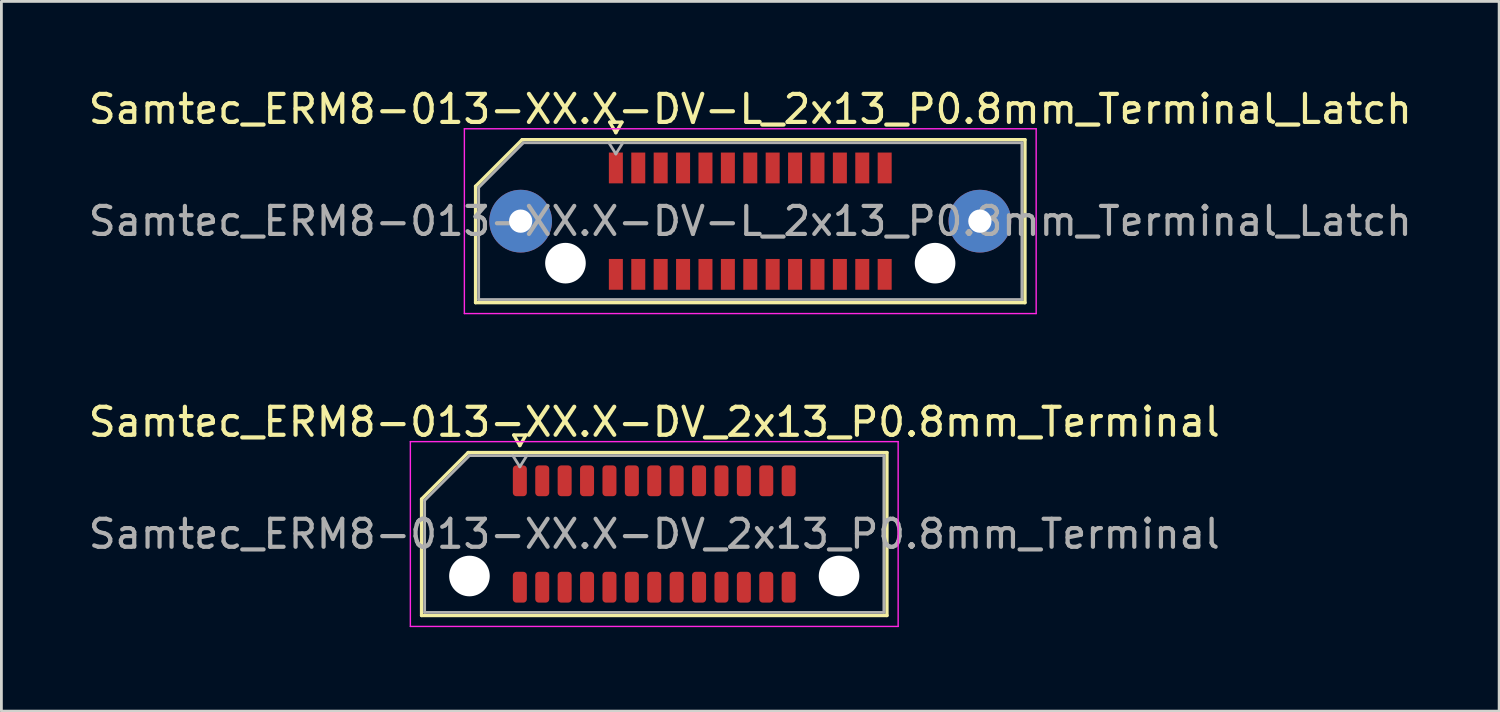
<source format=kicad_pcb>
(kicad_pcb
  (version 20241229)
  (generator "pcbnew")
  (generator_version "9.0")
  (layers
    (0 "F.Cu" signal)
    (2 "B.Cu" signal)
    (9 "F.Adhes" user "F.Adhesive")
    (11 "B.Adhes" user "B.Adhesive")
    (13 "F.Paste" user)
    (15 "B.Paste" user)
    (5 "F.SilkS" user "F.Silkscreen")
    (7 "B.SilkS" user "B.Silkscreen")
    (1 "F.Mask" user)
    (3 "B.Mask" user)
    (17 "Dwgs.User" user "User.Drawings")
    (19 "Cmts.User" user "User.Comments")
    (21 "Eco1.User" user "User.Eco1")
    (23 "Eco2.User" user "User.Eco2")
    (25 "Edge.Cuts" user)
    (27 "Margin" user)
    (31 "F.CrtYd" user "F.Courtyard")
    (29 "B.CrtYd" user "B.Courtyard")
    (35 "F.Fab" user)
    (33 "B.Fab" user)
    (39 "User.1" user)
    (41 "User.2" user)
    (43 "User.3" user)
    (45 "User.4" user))
  (footprint "Samtec_ERM8-013-XX.X-DV_2x13_P0.8mm_Terminal"
    (layer "F.Cu")
    (at 20.315 16.021)
    (property "Reference" "Samtec_ERM8-013-XX.X-DV_2x13_P0.8mm_Terminal" (at 0 -4 0) (layer "F.SilkS") (effects (font (size 1 1) (thickness 0.15))))
    (attr smd)
    (fp_line (start -8.31 -1.246) (end -6.646 -2.91) (stroke (width 0.12) (type solid)) (layer "F.SilkS"))
    (fp_line (start -8.31 2.91) (end -8.31 -1.246) (stroke (width 0.12) (type solid)) (layer "F.SilkS"))
    (fp_line (start -6.646 -2.91) (end 8.31 -2.91) (stroke (width 0.12) (type solid)) (layer "F.SilkS"))
    (fp_line (start -5.017 -3.535) (end -4.8 -3.16) (stroke (width 0.12) (type solid)) (layer "F.SilkS"))
    (fp_line (start -4.8 -3.16) (end -4.583 -3.535) (stroke (width 0.12) (type solid)) (layer "F.SilkS"))
    (fp_line (start -4.583 -3.535) (end -5.017 -3.535) (stroke (width 0.12) (type solid)) (layer "F.SilkS"))
    (fp_line (start 8.31 -2.91) (end 8.31 2.91) (stroke (width 0.12) (type solid)) (layer "F.SilkS"))
    (fp_line (start 8.31 2.91) (end -8.31 2.91) (stroke (width 0.12) (type solid)) (layer "F.SilkS"))
    (fp_line (start -8.71 -3.3) (end -8.71 3.3) (stroke (width 0.05) (type solid)) (layer "F.CrtYd"))
    (fp_line (start -8.71 3.3) (end 8.71 3.3) (stroke (width 0.05) (type solid)) (layer "F.CrtYd"))
    (fp_line (start 8.71 -3.3) (end -8.71 -3.3) (stroke (width 0.05) (type solid)) (layer "F.CrtYd"))
    (fp_line (start 8.71 3.3) (end 8.71 -3.3) (stroke (width 0.05) (type solid)) (layer "F.CrtYd"))
    (fp_line (start -8.2 -1.2) (end -6.6 -2.8) (stroke (width 0.1) (type solid)) (layer "F.Fab"))
    (fp_line (start -8.2 2.8) (end -8.2 -1.2) (stroke (width 0.1) (type solid)) (layer "F.Fab"))
    (fp_line (start -6.6 -2.8) (end 8.2 -2.8) (stroke (width 0.1) (type solid)) (layer "F.Fab"))
    (fp_line (start -4.8 -2.4) (end -5.05 -2.8) (stroke (width 0.1) (type solid)) (layer "F.Fab"))
    (fp_line (start -4.8 -2.4) (end -4.55 -2.8) (stroke (width 0.1) (type solid)) (layer "F.Fab"))
    (fp_line (start 8.2 -2.8) (end 8.2 2.8) (stroke (width 0.1) (type solid)) (layer "F.Fab"))
    (fp_line (start 8.2 2.8) (end -8.2 2.8) (stroke (width 0.1) (type solid)) (layer "F.Fab"))
    (fp_text user "${REFERENCE}" (at 0 0 0) (layer "F.Fab") (effects (font (size 1 1) (thickness 0.15))))
    (pad "" np_thru_hole circle (at -6.6 1.5) (size 1.45 1.45) (drill 1.45) (layers "*.Cu" "*.Mask"))
    (pad "" np_thru_hole circle (at 6.6 1.5) (size 1.45 1.45) (drill 1.45) (layers "*.Cu" "*.Mask"))
    (pad "1" smd roundrect (at -4.8 -1.9) (size 0.5 1.1) (layers "F.Cu" "F.Mask" "F.Paste") (roundrect_rratio 0.25))
    (pad "2" smd roundrect (at -4.8 1.9) (size 0.5 1.1) (layers "F.Cu" "F.Mask" "F.Paste") (roundrect_rratio 0.25))
    (pad "3" smd roundrect (at -4 -1.9) (size 0.5 1.1) (layers "F.Cu" "F.Mask" "F.Paste") (roundrect_rratio 0.25))
    (pad "4" smd roundrect (at -4 1.9) (size 0.5 1.1) (layers "F.Cu" "F.Mask" "F.Paste") (roundrect_rratio 0.25))
    (pad "5" smd roundrect (at -3.2 -1.9) (size 0.5 1.1) (layers "F.Cu" "F.Mask" "F.Paste") (roundrect_rratio 0.25))
    (pad "6" smd roundrect (at -3.2 1.9) (size 0.5 1.1) (layers "F.Cu" "F.Mask" "F.Paste") (roundrect_rratio 0.25))
    (pad "7" smd roundrect (at -2.4 -1.9) (size 0.5 1.1) (layers "F.Cu" "F.Mask" "F.Paste") (roundrect_rratio 0.25))
    (pad "8" smd roundrect (at -2.4 1.9) (size 0.5 1.1) (layers "F.Cu" "F.Mask" "F.Paste") (roundrect_rratio 0.25))
    (pad "9" smd roundrect (at -1.6 -1.9) (size 0.5 1.1) (layers "F.Cu" "F.Mask" "F.Paste") (roundrect_rratio 0.25))
    (pad "10" smd roundrect (at -1.6 1.9) (size 0.5 1.1) (layers "F.Cu" "F.Mask" "F.Paste") (roundrect_rratio 0.25))
    (pad "11" smd roundrect (at -0.8 -1.9) (size 0.5 1.1) (layers "F.Cu" "F.Mask" "F.Paste") (roundrect_rratio 0.25))
    (pad "12" smd roundrect (at -0.8 1.9) (size 0.5 1.1) (layers "F.Cu" "F.Mask" "F.Paste") (roundrect_rratio 0.25))
    (pad "13" smd roundrect (at 0 -1.9) (size 0.5 1.1) (layers "F.Cu" "F.Mask" "F.Paste") (roundrect_rratio 0.25))
    (pad "14" smd roundrect (at 0 1.9) (size 0.5 1.1) (layers "F.Cu" "F.Mask" "F.Paste") (roundrect_rratio 0.25))
    (pad "15" smd roundrect (at 0.8 -1.9) (size 0.5 1.1) (layers "F.Cu" "F.Mask" "F.Paste") (roundrect_rratio 0.25))
    (pad "16" smd roundrect (at 0.8 1.9) (size 0.5 1.1) (layers "F.Cu" "F.Mask" "F.Paste") (roundrect_rratio 0.25))
    (pad "17" smd roundrect (at 1.6 -1.9) (size 0.5 1.1) (layers "F.Cu" "F.Mask" "F.Paste") (roundrect_rratio 0.25))
    (pad "18" smd roundrect (at 1.6 1.9) (size 0.5 1.1) (layers "F.Cu" "F.Mask" "F.Paste") (roundrect_rratio 0.25))
    (pad "19" smd roundrect (at 2.4 -1.9) (size 0.5 1.1) (layers "F.Cu" "F.Mask" "F.Paste") (roundrect_rratio 0.25))
    (pad "20" smd roundrect (at 2.4 1.9) (size 0.5 1.1) (layers "F.Cu" "F.Mask" "F.Paste") (roundrect_rratio 0.25))
    (pad "21" smd roundrect (at 3.2 -1.9) (size 0.5 1.1) (layers "F.Cu" "F.Mask" "F.Paste") (roundrect_rratio 0.25))
    (pad "22" smd roundrect (at 3.2 1.9) (size 0.5 1.1) (layers "F.Cu" "F.Mask" "F.Paste") (roundrect_rratio 0.25))
    (pad "23" smd roundrect (at 4 -1.9) (size 0.5 1.1) (layers "F.Cu" "F.Mask" "F.Paste") (roundrect_rratio 0.25))
    (pad "24" smd roundrect (at 4 1.9) (size 0.5 1.1) (layers "F.Cu" "F.Mask" "F.Paste") (roundrect_rratio 0.25))
    (pad "25" smd roundrect (at 4.8 -1.9) (size 0.5 1.1) (layers "F.Cu" "F.Mask" "F.Paste") (roundrect_rratio 0.25))
    (pad "26" smd roundrect (at 4.8 1.9) (size 0.5 1.1) (layers "F.Cu" "F.Mask" "F.Paste") (roundrect_rratio 0.25)))
  (footprint "Samtec_ERM8-013-XX.X-DV-L_2x13_P0.8mm_Terminal_Latch"
    (layer "F.Cu")
    (at 23.744 4.848)
    (property "Reference" "Samtec_ERM8-013-XX.X-DV-L_2x13_P0.8mm_Terminal_Latch" (at 0 -4 0) (layer "F.SilkS") (effects (font (size 1 1) (thickness 0.15))))
    (attr smd)
    (fp_line (start -9.81 -1.246) (end -8.146 -2.91) (stroke (width 0.12) (type solid)) (layer "F.SilkS"))
    (fp_line (start -9.81 2.91) (end -9.81 -1.246) (stroke (width 0.12) (type solid)) (layer "F.SilkS"))
    (fp_line (start -8.146 -2.91) (end 9.81 -2.91) (stroke (width 0.12) (type solid)) (layer "F.SilkS"))
    (fp_line (start -5.017 -3.535) (end -4.8 -3.16) (stroke (width 0.12) (type solid)) (layer "F.SilkS"))
    (fp_line (start -4.8 -3.16) (end -4.583 -3.535) (stroke (width 0.12) (type solid)) (layer "F.SilkS"))
    (fp_line (start -4.583 -3.535) (end -5.017 -3.535) (stroke (width 0.12) (type solid)) (layer "F.SilkS"))
    (fp_line (start 9.81 -2.91) (end 9.81 2.91) (stroke (width 0.12) (type solid)) (layer "F.SilkS"))
    (fp_line (start 9.81 2.91) (end -9.81 2.91) (stroke (width 0.12) (type solid)) (layer "F.SilkS"))
    (fp_line (start -10.21 -3.3) (end -10.21 3.3) (stroke (width 0.05) (type solid)) (layer "F.CrtYd"))
    (fp_line (start -10.21 3.3) (end 10.21 3.3) (stroke (width 0.05) (type solid)) (layer "F.CrtYd"))
    (fp_line (start 10.21 -3.3) (end -10.21 -3.3) (stroke (width 0.05) (type solid)) (layer "F.CrtYd"))
    (fp_line (start 10.21 3.3) (end 10.21 -3.3) (stroke (width 0.05) (type solid)) (layer "F.CrtYd"))
    (fp_line (start -9.7 -1.2) (end -8.1 -2.8) (stroke (width 0.1) (type solid)) (layer "F.Fab"))
    (fp_line (start -9.7 2.8) (end -9.7 -1.2) (stroke (width 0.1) (type solid)) (layer "F.Fab"))
    (fp_line (start -8.1 -2.8) (end 9.7 -2.8) (stroke (width 0.1) (type solid)) (layer "F.Fab"))
    (fp_line (start -4.8 -2.4) (end -5.05 -2.8) (stroke (width 0.1) (type solid)) (layer "F.Fab"))
    (fp_line (start -4.8 -2.4) (end -4.55 -2.8) (stroke (width 0.1) (type solid)) (layer "F.Fab"))
    (fp_line (start 9.7 -2.8) (end 9.7 2.8) (stroke (width 0.1) (type solid)) (layer "F.Fab"))
    (fp_line (start 9.7 2.8) (end -9.7 2.8) (stroke (width 0.1) (type solid)) (layer "F.Fab"))
    (fp_text user "${REFERENCE}" (at 0 0 0) (layer "F.Fab") (effects (font (size 1 1) (thickness 0.15))))
    (pad "" thru_hole circle (at -8.2 0) (size 2.24 2.24) (drill 0.83) (layers "*.Cu" "*.Mask" "F.Paste"))
    (pad "" np_thru_hole circle (at -6.6 1.5) (size 1.45 1.45) (drill 1.45) (layers "*.Cu" "*.Mask"))
    (pad "" np_thru_hole circle (at 6.6 1.5) (size 1.45 1.45) (drill 1.45) (layers "*.Cu" "*.Mask"))
    (pad "" thru_hole circle (at 8.2 0) (size 2.24 2.24) (drill 0.83) (layers "*.Cu" "*.Mask" "F.Paste"))
    (pad "1" smd rect (at -4.8 -1.9) (size 0.5 1.1) (layers "F.Cu" "F.Mask" "F.Paste"))
    (pad "2" smd rect (at -4.8 1.9) (size 0.5 1.1) (layers "F.Cu" "F.Mask" "F.Paste"))
    (pad "3" smd rect (at -4 -1.9) (size 0.5 1.1) (layers "F.Cu" "F.Mask" "F.Paste"))
    (pad "4" smd rect (at -4 1.9) (size 0.5 1.1) (layers "F.Cu" "F.Mask" "F.Paste"))
    (pad "5" smd rect (at -3.2 -1.9) (size 0.5 1.1) (layers "F.Cu" "F.Mask" "F.Paste"))
    (pad "6" smd rect (at -3.2 1.9) (size 0.5 1.1) (layers "F.Cu" "F.Mask" "F.Paste"))
    (pad "7" smd rect (at -2.4 -1.9) (size 0.5 1.1) (layers "F.Cu" "F.Mask" "F.Paste"))
    (pad "8" smd rect (at -2.4 1.9) (size 0.5 1.1) (layers "F.Cu" "F.Mask" "F.Paste"))
    (pad "9" smd rect (at -1.6 -1.9) (size 0.5 1.1) (layers "F.Cu" "F.Mask" "F.Paste"))
    (pad "10" smd rect (at -1.6 1.9) (size 0.5 1.1) (layers "F.Cu" "F.Mask" "F.Paste"))
    (pad "11" smd rect (at -0.8 -1.9) (size 0.5 1.1) (layers "F.Cu" "F.Mask" "F.Paste"))
    (pad "12" smd rect (at -0.8 1.9) (size 0.5 1.1) (layers "F.Cu" "F.Mask" "F.Paste"))
    (pad "13" smd rect (at 0 -1.9) (size 0.5 1.1) (layers "F.Cu" "F.Mask" "F.Paste"))
    (pad "14" smd rect (at 0 1.9) (size 0.5 1.1) (layers "F.Cu" "F.Mask" "F.Paste"))
    (pad "15" smd rect (at 0.8 -1.9) (size 0.5 1.1) (layers "F.Cu" "F.Mask" "F.Paste"))
    (pad "16" smd rect (at 0.8 1.9) (size 0.5 1.1) (layers "F.Cu" "F.Mask" "F.Paste"))
    (pad "17" smd rect (at 1.6 -1.9) (size 0.5 1.1) (layers "F.Cu" "F.Mask" "F.Paste"))
    (pad "18" smd rect (at 1.6 1.9) (size 0.5 1.1) (layers "F.Cu" "F.Mask" "F.Paste"))
    (pad "19" smd rect (at 2.4 -1.9) (size 0.5 1.1) (layers "F.Cu" "F.Mask" "F.Paste"))
    (pad "20" smd rect (at 2.4 1.9) (size 0.5 1.1) (layers "F.Cu" "F.Mask" "F.Paste"))
    (pad "21" smd rect (at 3.2 -1.9) (size 0.5 1.1) (layers "F.Cu" "F.Mask" "F.Paste"))
    (pad "22" smd rect (at 3.2 1.9) (size 0.5 1.1) (layers "F.Cu" "F.Mask" "F.Paste"))
    (pad "23" smd rect (at 4 -1.9) (size 0.5 1.1) (layers "F.Cu" "F.Mask" "F.Paste"))
    (pad "24" smd rect (at 4 1.9) (size 0.5 1.1) (layers "F.Cu" "F.Mask" "F.Paste"))
    (pad "25" smd rect (at 4.8 -1.9) (size 0.5 1.1) (layers "F.Cu" "F.Mask" "F.Paste"))
    (pad "26" smd rect (at 4.8 1.9) (size 0.5 1.1) (layers "F.Cu" "F.Mask" "F.Paste")))
  (gr_rect
    (start -3 -3)
    (end 50.488 22.346)
    (stroke (width 0.1) (type default))
    (fill no)
    (layer "Edge.Cuts")))
</source>
